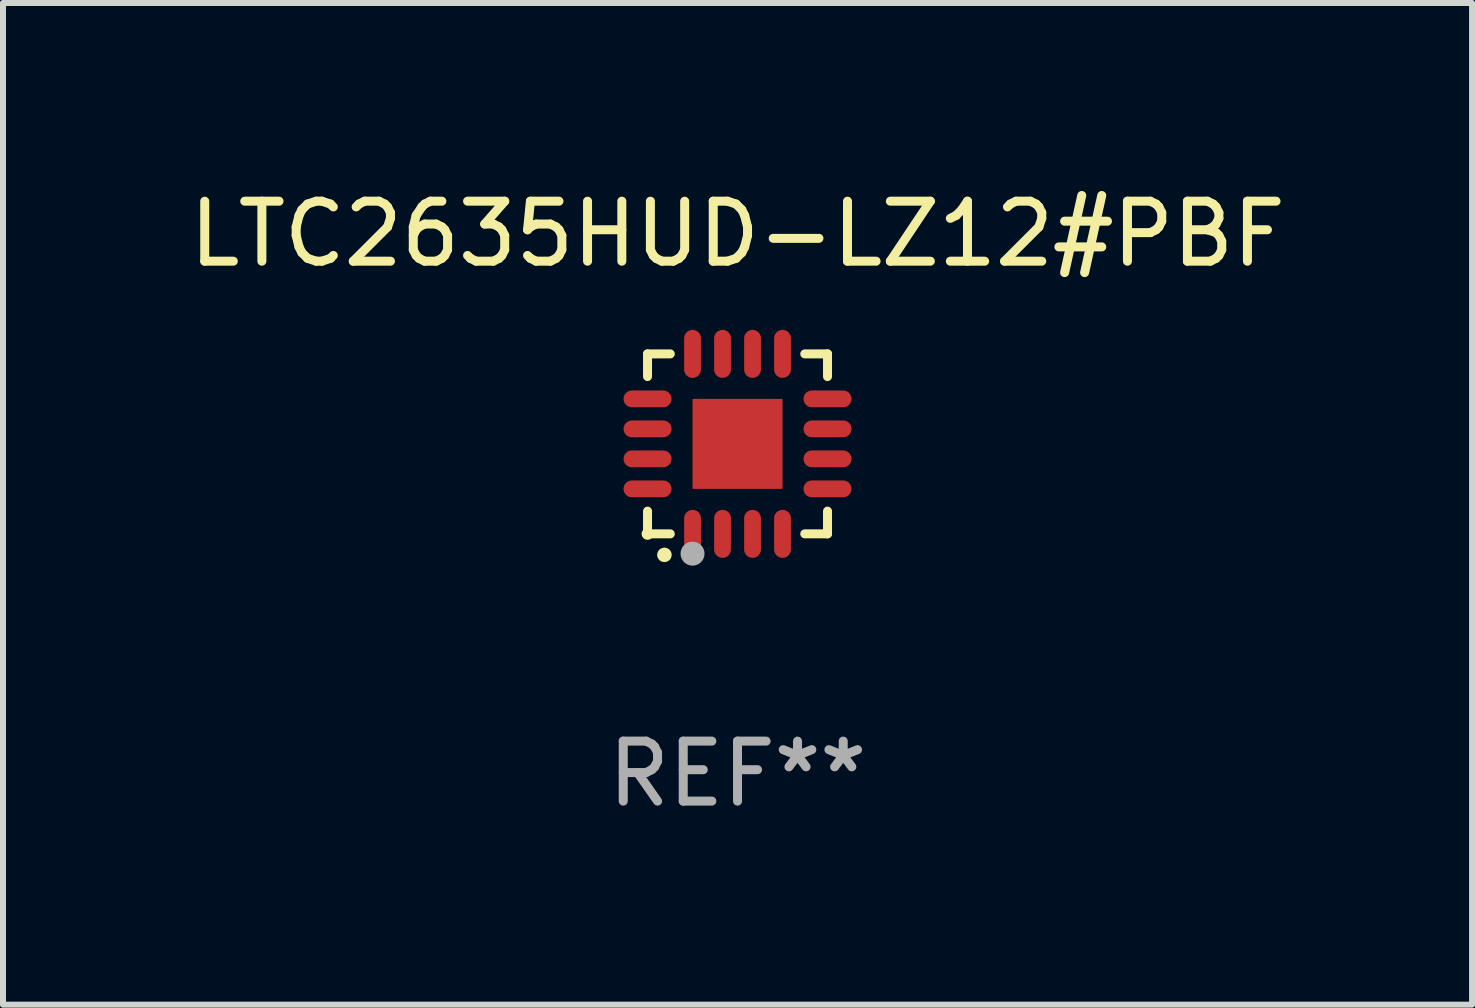
<source format=kicad_pcb>
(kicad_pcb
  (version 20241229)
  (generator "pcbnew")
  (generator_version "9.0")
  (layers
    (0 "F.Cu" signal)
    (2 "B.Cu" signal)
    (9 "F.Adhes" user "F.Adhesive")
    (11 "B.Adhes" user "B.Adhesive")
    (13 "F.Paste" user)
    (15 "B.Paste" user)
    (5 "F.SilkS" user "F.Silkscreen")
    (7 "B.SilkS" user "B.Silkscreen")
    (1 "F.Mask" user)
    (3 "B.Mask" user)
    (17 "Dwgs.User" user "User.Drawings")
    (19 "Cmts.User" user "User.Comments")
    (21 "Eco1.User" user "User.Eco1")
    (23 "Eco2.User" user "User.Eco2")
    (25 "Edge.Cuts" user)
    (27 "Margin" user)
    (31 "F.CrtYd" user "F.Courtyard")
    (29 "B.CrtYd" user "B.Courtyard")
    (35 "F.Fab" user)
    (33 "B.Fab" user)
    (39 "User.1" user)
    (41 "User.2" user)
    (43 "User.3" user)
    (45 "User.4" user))
  (footprint "LTC2635HUD-LZ12#PBF"
    (layer "F.Cu")
    (at 9.244 4.349)
    (property "Reference" "LTC2635HUD-LZ12#PBF" (at 0 -3.5 0) (layer "F.SilkS") (effects (font (size 1 1) (thickness 0.15))))
    (attr through_hole)
    (fp_line (start -1.5 -1.5) (end -1.121 -1.5) (stroke (width 0.15) (type solid)) (layer "F.SilkS"))
    (fp_line (start -1.5 -1.122) (end -1.5 -1.5) (stroke (width 0.15) (type solid)) (layer "F.SilkS"))
    (fp_line (start -1.5 1.5) (end -1.5 1.121) (stroke (width 0.15) (type solid)) (layer "F.SilkS"))
    (fp_line (start -1.121 1.5) (end -1.5 1.5) (stroke (width 0.15) (type solid)) (layer "F.SilkS"))
    (fp_line (start 1.121 -1.5) (end 1.5 -1.5) (stroke (width 0.15) (type solid)) (layer "F.SilkS"))
    (fp_line (start 1.5 -1.5) (end 1.5 -1.122) (stroke (width 0.15) (type solid)) (layer "F.SilkS"))
    (fp_line (start 1.5 1.121) (end 1.5 1.5) (stroke (width 0.15) (type solid)) (layer "F.SilkS"))
    (fp_line (start 1.5 1.5) (end 1.121 1.5) (stroke (width 0.15) (type solid)) (layer "F.SilkS"))
    (fp_arc (start -1.219926 1.850254) (mid -1.21891 1.85025) (end -1.217894 1.850254) (stroke (width 0.240005) (type solid)) (layer "F.SilkS"))
    (fp_circle (center -1.5 1.5) (end -1.45 1.5) (stroke (width 0.1) (type solid)) (fill no) (layer "F.SilkS"))
    (fp_circle (center -0.75 1.83) (end -0.65 1.83) (stroke (width 0.2) (type solid)) (fill no) (layer "F.Fab"))
    (fp_text user "REF**" (at 0 5.5 0) (layer "F.Fab") (effects (font (size 1 1) (thickness 0.15))))
    (pad "1" smd oval (at -0.75 1.5) (size 0.28 0.8) (layers "F.Cu" "F.Mask" "F.Paste"))
    (pad "2" smd oval (at -0.25 1.5) (size 0.28 0.8) (layers "F.Cu" "F.Mask" "F.Paste"))
    (pad "3" smd oval (at 0.25 1.5) (size 0.28 0.8) (layers "F.Cu" "F.Mask" "F.Paste"))
    (pad "4" smd oval (at 0.75 1.5) (size 0.28 0.8) (layers "F.Cu" "F.Mask" "F.Paste"))
    (pad "5" smd oval (at 1.5 0.75) (size 0.8 0.28) (layers "F.Cu" "F.Mask" "F.Paste"))
    (pad "6" smd oval (at 1.5 0.25) (size 0.8 0.28) (layers "F.Cu" "F.Mask" "F.Paste"))
    (pad "7" smd oval (at 1.5 -0.25) (size 0.8 0.28) (layers "F.Cu" "F.Mask" "F.Paste"))
    (pad "8" smd oval (at 1.5 -0.75) (size 0.8 0.28) (layers "F.Cu" "F.Mask" "F.Paste"))
    (pad "9" smd oval (at 0.75 -1.5) (size 0.28 0.8) (layers "F.Cu" "F.Mask" "F.Paste"))
    (pad "10" smd oval (at 0.25 -1.5) (size 0.28 0.8) (layers "F.Cu" "F.Mask" "F.Paste"))
    (pad "11" smd oval (at -0.25 -1.5) (size 0.28 0.8) (layers "F.Cu" "F.Mask" "F.Paste"))
    (pad "12" smd oval (at -0.75 -1.5) (size 0.28 0.8) (layers "F.Cu" "F.Mask" "F.Paste"))
    (pad "13" smd oval (at -1.5 -0.75) (size 0.8 0.28) (layers "F.Cu" "F.Mask" "F.Paste"))
    (pad "14" smd oval (at -1.5 -0.25) (size 0.8 0.28) (layers "F.Cu" "F.Mask" "F.Paste"))
    (pad "15" smd oval (at -1.5 0.25) (size 0.8 0.28) (layers "F.Cu" "F.Mask" "F.Paste"))
    (pad "16" smd oval (at -1.5 0.75) (size 0.8 0.28) (layers "F.Cu" "F.Mask" "F.Paste"))
    (pad "17" smd rect (at -0.000064 0.000165) (size 1.5 1.5) (layers "F.Cu" "F.Mask" "F.Paste")))
  (gr_rect
    (start -3 -3)
    (end 21.488 13.697)
    (stroke (width 0.1) (type default))
    (fill no)
    (layer "Edge.Cuts")))
</source>
